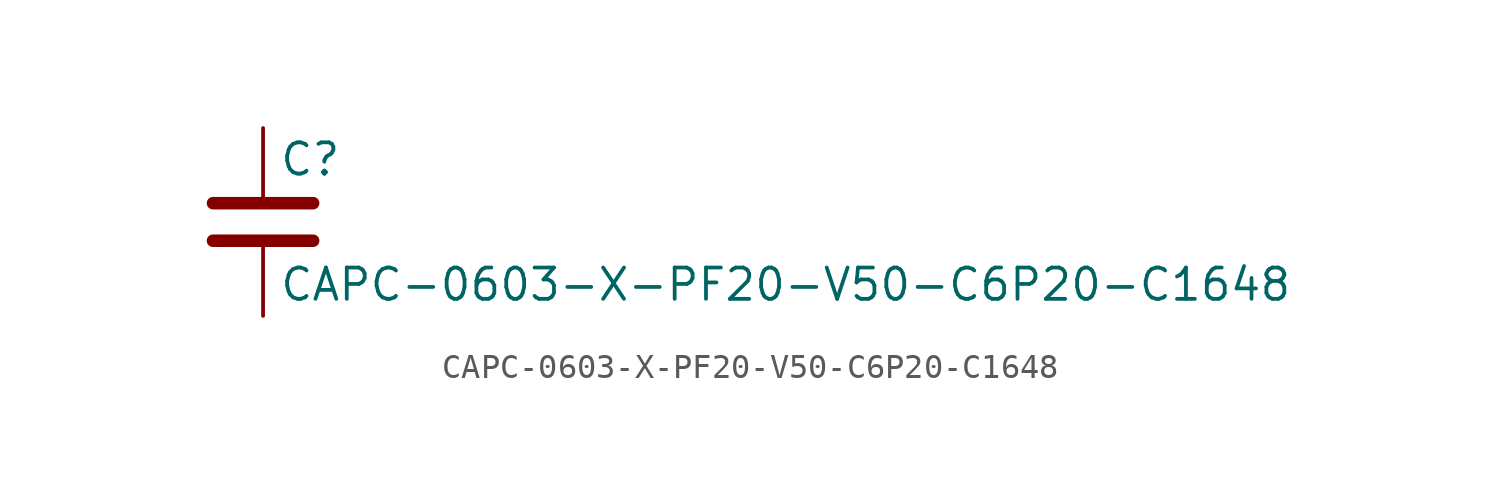
<source format=kicad_sym>
(kicad_symbol_lib
  (version 20211014)
  (generator kicad_symbol_editor)
  (symbol "CAPC-0603-X-PF20-V50-C6P20-C1648"
    (pin_numbers hide)
    (pin_names
      (offset 0.254))
    (property "Reference" "C"
      (at 0.635 2.54 0)
      (effects (font (size 1.27 1.27)) (justify left)))
    (property "Value" "CAPC-0603-X-PF20-V50-C6P20-C1648"
      (at 0.635 -2.54 0)
      (effects (font (size 1.27 1.27)) (justify left)))
    (symbol "CAPC-0603-X-PF20-V50-C6P20-C1648_0_1"
      (polyline (pts (xy -2.032 -0.762) (xy 2.032 -0.762)) (stroke (width 0.508) (type default) (color 0 0 0 0)) (fill (type none)))
      (polyline (pts (xy -2.032 0.762) (xy 2.032 0.762)) (stroke (width 0.508) (type default) (color 0 0 0 0)) (fill (type none))))
    (symbol "CAPC-0603-X-PF20-V50-C6P20-C1648_1_1"
      (pin passive line (at 0 3.81 270) (length 2.794) (name "~" (effects (font (size 1.27 1.27)))) (number "1" (effects (font (size 1.27 1.27)))))
      (pin passive line (at 0 -3.81 90) (length 2.794) (name "~" (effects (font (size 1.27 1.27)))) (number "2" (effects (font (size 1.27 1.27))))))))
</source>
